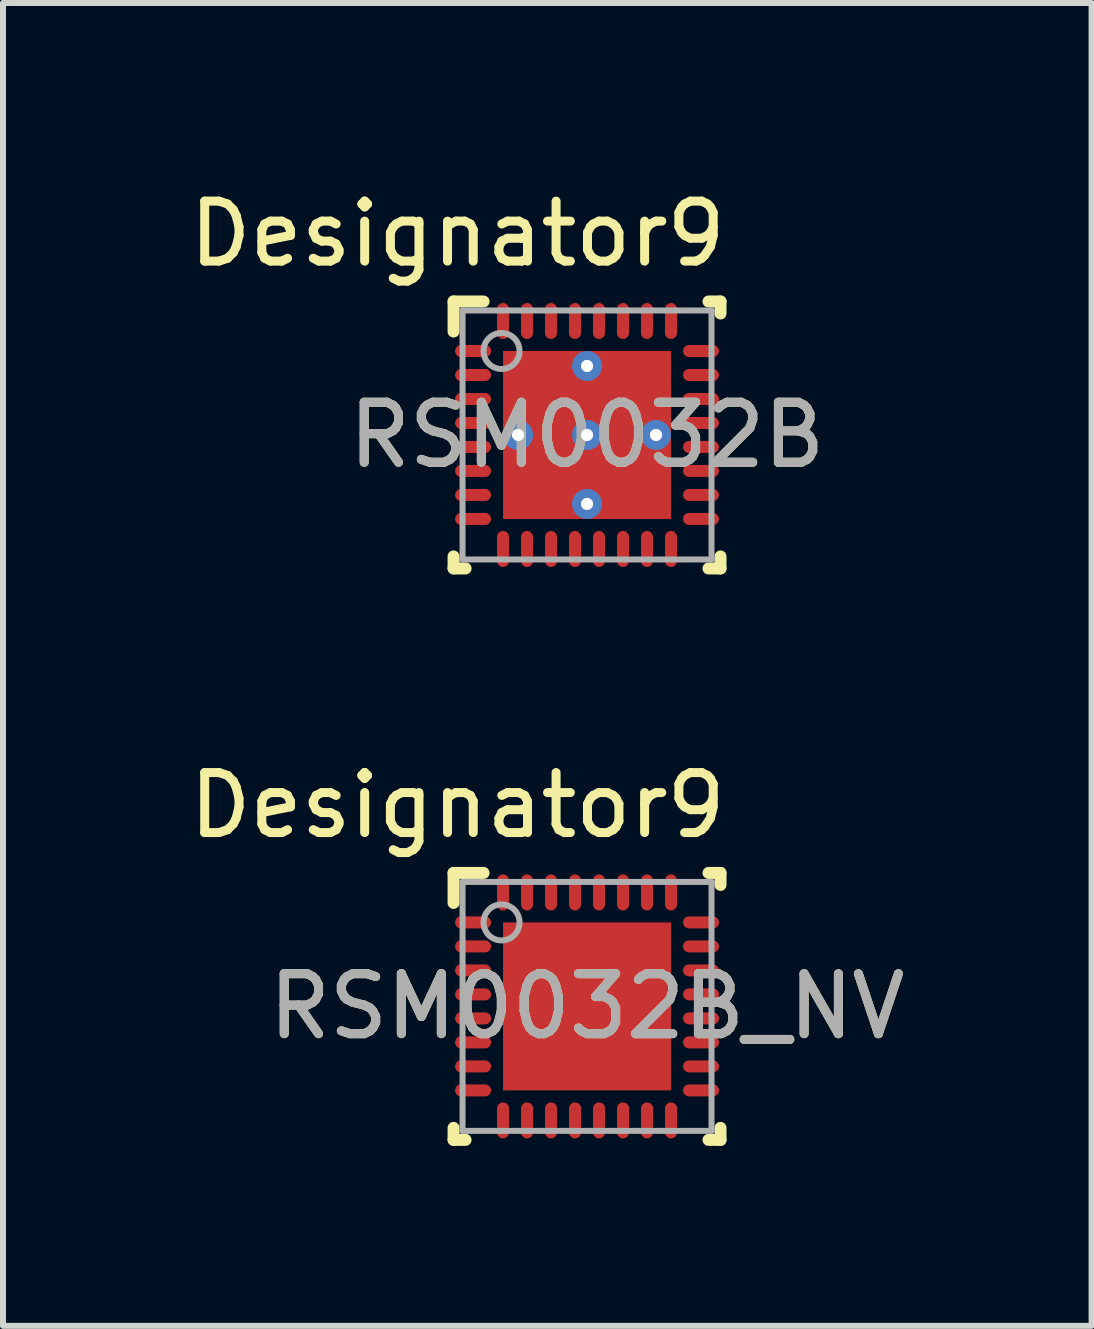
<source format=kicad_pcb>
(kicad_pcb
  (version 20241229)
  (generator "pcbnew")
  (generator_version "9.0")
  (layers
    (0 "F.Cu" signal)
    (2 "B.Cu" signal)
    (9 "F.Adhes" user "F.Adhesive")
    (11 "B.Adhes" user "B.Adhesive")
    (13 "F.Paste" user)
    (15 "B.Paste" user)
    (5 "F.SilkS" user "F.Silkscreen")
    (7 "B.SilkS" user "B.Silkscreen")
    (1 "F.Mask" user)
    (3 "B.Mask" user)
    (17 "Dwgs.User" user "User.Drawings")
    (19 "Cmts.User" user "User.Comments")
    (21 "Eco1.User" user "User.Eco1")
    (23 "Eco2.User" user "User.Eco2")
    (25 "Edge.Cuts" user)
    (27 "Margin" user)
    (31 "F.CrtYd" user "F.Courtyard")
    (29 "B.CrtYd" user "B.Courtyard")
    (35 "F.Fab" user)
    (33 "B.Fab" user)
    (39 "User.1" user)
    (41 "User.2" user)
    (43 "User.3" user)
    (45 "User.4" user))
  (footprint "RSM0032B"
    (layer "F.Cu")
    (at 6.736 4.201)
    (property "Reference" "RSM0032B" (at 0 0 0) (unlocked yes) (layer "F.SilkS") (effects (font (size 1 1) (thickness 0.15))))
    (attr smd)
    (fp_line (start -2.225 2.225) (end -2.225 2.025) (stroke (width 0.2) (type solid)) (layer "F.SilkS"))
    (fp_line (start -2.225 2.225) (end -2.025 2.225) (stroke (width 0.2) (type solid)) (layer "F.SilkS"))
    (fp_line (start -2.225 -2.225) (end -1.725 -2.225) (stroke (width 0.2) (type solid)) (layer "F.SilkS"))
    (fp_line (start -2.225 -1.725) (end -2.225 -2.225) (stroke (width 0.2) (type solid)) (layer "F.SilkS"))
    (fp_line (start 2.025 -2.225) (end 2.225 -2.225) (stroke (width 0.2) (type solid)) (layer "F.SilkS"))
    (fp_line (start 2.025 2.225) (end 2.225 2.225) (stroke (width 0.2) (type solid)) (layer "F.SilkS"))
    (fp_line (start 2.225 -2.025) (end 2.225 -2.225) (stroke (width 0.2) (type solid)) (layer "F.SilkS"))
    (fp_line (start 2.225 2.225) (end 2.225 2.025) (stroke (width 0.2) (type solid)) (layer "F.SilkS"))
    (fp_poly (pts (xy -0.1 -0.1) (xy -0.1 -1.329) (xy -1.329 -1.329) (xy -1.329 -0.1)) (stroke (width 0) (type solid)) (fill yes) (layer "F.Paste"))
    (fp_poly (pts (xy -0.1 1.329) (xy -0.1 0.1) (xy -1.329 0.1) (xy -1.329 1.329)) (stroke (width 0) (type solid)) (fill yes) (layer "F.Paste"))
    (fp_poly (pts (xy 1.329 -0.1) (xy 1.329 -1.329) (xy 0.1 -1.329) (xy 0.1 -0.1)) (stroke (width 0) (type solid)) (fill yes) (layer "F.Paste"))
    (fp_poly (pts (xy 1.329 1.329) (xy 1.329 0.1) (xy 0.1 0.1) (xy 0.1 1.329)) (stroke (width 0) (type solid)) (fill yes) (layer "F.Paste"))
    (fp_line (start -2.075 -2.075) (end 2.075 -2.075) (stroke (width 0.1) (type solid)) (layer "F.Fab"))
    (fp_line (start -2.075 2.075) (end -2.075 -2.075) (stroke (width 0.1) (type solid)) (layer "F.Fab"))
    (fp_line (start -2.075 2.075) (end 2.075 2.075) (stroke (width 0.1) (type solid)) (layer "F.Fab"))
    (fp_line (start 2.075 2.075) (end 2.075 -2.075) (stroke (width 0.1) (type solid)) (layer "F.Fab"))
    (fp_circle (center -1.425 -1.4) (end -1.125 -1.4) (stroke (width 0.1) (type solid)) (fill no) (layer "F.Fab"))
    (fp_text user "Designator9" (at -2.159 -3.353 0) (unlocked yes) (layer "F.SilkS") (effects (font (size 1 1) (thickness 0.15))))
    (fp_text user "${REFERENCE}" (at 0 0 0) (unlocked yes) (layer "F.Fab") (effects (font (size 1 1) (thickness 0.15))))
    (pad "1" smd oval (at -1.9 -1.4 90) (size 0.2 0.6) (layers "F.Cu" "F.Mask" "F.Paste"))
    (pad "2" smd oval (at -1.9 -1 90) (size 0.2 0.6) (layers "F.Cu" "F.Mask" "F.Paste"))
    (pad "3" smd oval (at -1.9 -0.6 90) (size 0.2 0.6) (layers "F.Cu" "F.Mask" "F.Paste"))
    (pad "4" smd oval (at -1.9 -0.2 90) (size 0.2 0.6) (layers "F.Cu" "F.Mask" "F.Paste"))
    (pad "5" smd oval (at -1.9 0.2 90) (size 0.2 0.6) (layers "F.Cu" "F.Mask" "F.Paste"))
    (pad "6" smd oval (at -1.9 0.6 90) (size 0.2 0.6) (layers "F.Cu" "F.Mask" "F.Paste"))
    (pad "7" smd oval (at -1.9 1 90) (size 0.2 0.6) (layers "F.Cu" "F.Mask" "F.Paste"))
    (pad "8" smd oval (at -1.9 1.4 90) (size 0.2 0.6) (layers "F.Cu" "F.Mask" "F.Paste"))
    (pad "9" smd oval (at -1.4 1.9) (size 0.2 0.6) (layers "F.Cu" "F.Mask" "F.Paste"))
    (pad "10" smd oval (at -1 1.9) (size 0.2 0.6) (layers "F.Cu" "F.Mask" "F.Paste"))
    (pad "11" smd oval (at -0.6 1.9) (size 0.2 0.6) (layers "F.Cu" "F.Mask" "F.Paste"))
    (pad "12" smd oval (at -0.2 1.9) (size 0.2 0.6) (layers "F.Cu" "F.Mask" "F.Paste"))
    (pad "13" smd oval (at 0.2 1.9) (size 0.2 0.6) (layers "F.Cu" "F.Mask" "F.Paste"))
    (pad "14" smd oval (at 0.6 1.9) (size 0.2 0.6) (layers "F.Cu" "F.Mask" "F.Paste"))
    (pad "15" smd oval (at 1 1.9) (size 0.2 0.6) (layers "F.Cu" "F.Mask" "F.Paste"))
    (pad "16" smd oval (at 1.4 1.9) (size 0.2 0.6) (layers "F.Cu" "F.Mask" "F.Paste"))
    (pad "17" smd oval (at 1.9 1.4 90) (size 0.2 0.6) (layers "F.Cu" "F.Mask" "F.Paste"))
    (pad "18" smd oval (at 1.9 1 90) (size 0.2 0.6) (layers "F.Cu" "F.Mask" "F.Paste"))
    (pad "19" smd oval (at 1.9 0.6 90) (size 0.2 0.6) (layers "F.Cu" "F.Mask" "F.Paste"))
    (pad "20" smd oval (at 1.9 0.2 90) (size 0.2 0.6) (layers "F.Cu" "F.Mask" "F.Paste"))
    (pad "21" smd oval (at 1.9 -0.2 90) (size 0.2 0.6) (layers "F.Cu" "F.Mask" "F.Paste"))
    (pad "22" smd oval (at 1.9 -0.6 90) (size 0.2 0.6) (layers "F.Cu" "F.Mask" "F.Paste"))
    (pad "23" smd oval (at 1.9 -1 90) (size 0.2 0.6) (layers "F.Cu" "F.Mask" "F.Paste"))
    (pad "24" smd oval (at 1.9 -1.4 90) (size 0.2 0.6) (layers "F.Cu" "F.Mask" "F.Paste"))
    (pad "25" smd oval (at 1.4 -1.9) (size 0.2 0.6) (layers "F.Cu" "F.Mask" "F.Paste"))
    (pad "26" smd oval (at 1 -1.9) (size 0.2 0.6) (layers "F.Cu" "F.Mask" "F.Paste"))
    (pad "27" smd oval (at 0.6 -1.9) (size 0.2 0.6) (layers "F.Cu" "F.Mask" "F.Paste"))
    (pad "28" smd oval (at 0.2 -1.9) (size 0.2 0.6) (layers "F.Cu" "F.Mask" "F.Paste"))
    (pad "29" smd oval (at -0.2 -1.9) (size 0.2 0.6) (layers "F.Cu" "F.Mask" "F.Paste"))
    (pad "30" smd oval (at -0.6 -1.9) (size 0.2 0.6) (layers "F.Cu" "F.Mask" "F.Paste"))
    (pad "31" smd oval (at -1 -1.9) (size 0.2 0.6) (layers "F.Cu" "F.Mask" "F.Paste"))
    (pad "32" smd oval (at -1.4 -1.9) (size 0.2 0.6) (layers "F.Cu" "F.Mask" "F.Paste"))
    (pad "33" smd rect (at 0.000003 0) (size 2.8 2.8) (layers "F.Cu" "F.Mask"))
    (pad "V" thru_hole circle (at -1.15 0) (size 0.5 0.5) (drill 0.203) (layers "*.Cu" "*.Mask"))
    (pad "V" thru_hole circle (at 0.000003 -1.15) (size 0.5 0.5) (drill 0.203) (layers "*.Cu" "*.Mask"))
    (pad "V" thru_hole circle (at 0.000003 0) (size 0.5 0.5) (drill 0.203) (layers "*.Cu" "*.Mask"))
    (pad "V" thru_hole circle (at 0.000003 1.15) (size 0.5 0.5) (drill 0.203) (layers "*.Cu" "*.Mask"))
    (pad "V" thru_hole circle (at 1.15 0) (size 0.5 0.5) (drill 0.203) (layers "*.Cu" "*.Mask")))
  (footprint "RSM0032B_NV"
    (layer "F.Cu")
    (at 6.736 13.727)
    (property "Reference" "RSM0032B_NV" (at 0 0 0) (unlocked yes) (layer "F.SilkS") (effects (font (size 1 1) (thickness 0.15))))
    (attr smd)
    (fp_line (start -2.225 2.225) (end -2.225 2.025) (stroke (width 0.2) (type solid)) (layer "F.SilkS"))
    (fp_line (start -2.225 2.225) (end -2.025 2.225) (stroke (width 0.2) (type solid)) (layer "F.SilkS"))
    (fp_line (start -2.225 -2.225) (end -1.725 -2.225) (stroke (width 0.2) (type solid)) (layer "F.SilkS"))
    (fp_line (start -2.225 -1.725) (end -2.225 -2.225) (stroke (width 0.2) (type solid)) (layer "F.SilkS"))
    (fp_line (start 2.025 -2.225) (end 2.225 -2.225) (stroke (width 0.2) (type solid)) (layer "F.SilkS"))
    (fp_line (start 2.025 2.225) (end 2.225 2.225) (stroke (width 0.2) (type solid)) (layer "F.SilkS"))
    (fp_line (start 2.225 -2.025) (end 2.225 -2.225) (stroke (width 0.2) (type solid)) (layer "F.SilkS"))
    (fp_line (start 2.225 2.225) (end 2.225 2.025) (stroke (width 0.2) (type solid)) (layer "F.SilkS"))
    (fp_poly (pts (xy -0.1 -0.1) (xy -0.1 -1.329) (xy -1.329 -1.329) (xy -1.329 -0.1)) (stroke (width 0) (type solid)) (fill yes) (layer "F.Paste"))
    (fp_poly (pts (xy -0.1 1.329) (xy -0.1 0.1) (xy -1.329 0.1) (xy -1.329 1.329)) (stroke (width 0) (type solid)) (fill yes) (layer "F.Paste"))
    (fp_poly (pts (xy 1.329 -0.1) (xy 1.329 -1.329) (xy 0.1 -1.329) (xy 0.1 -0.1)) (stroke (width 0) (type solid)) (fill yes) (layer "F.Paste"))
    (fp_poly (pts (xy 1.329 1.329) (xy 1.329 0.1) (xy 0.1 0.1) (xy 0.1 1.329)) (stroke (width 0) (type solid)) (fill yes) (layer "F.Paste"))
    (fp_line (start -2.075 -2.075) (end 2.075 -2.075) (stroke (width 0.1) (type solid)) (layer "F.Fab"))
    (fp_line (start -2.075 2.075) (end -2.075 -2.075) (stroke (width 0.1) (type solid)) (layer "F.Fab"))
    (fp_line (start -2.075 2.075) (end 2.075 2.075) (stroke (width 0.1) (type solid)) (layer "F.Fab"))
    (fp_line (start 2.075 2.075) (end 2.075 -2.075) (stroke (width 0.1) (type solid)) (layer "F.Fab"))
    (fp_circle (center -1.425 -1.4) (end -1.125 -1.4) (stroke (width 0.1) (type solid)) (fill no) (layer "F.Fab"))
    (fp_text user "Designator9" (at -2.159 -3.353 0) (unlocked yes) (layer "F.SilkS") (effects (font (size 1 1) (thickness 0.15))))
    (fp_text user "${REFERENCE}" (at 0 0 0) (unlocked yes) (layer "F.Fab") (effects (font (size 1 1) (thickness 0.15))))
    (pad "1" smd oval (at -1.9 -1.4 90) (size 0.2 0.6) (layers "F.Cu" "F.Mask" "F.Paste"))
    (pad "2" smd oval (at -1.9 -1 90) (size 0.2 0.6) (layers "F.Cu" "F.Mask" "F.Paste"))
    (pad "3" smd oval (at -1.9 -0.6 90) (size 0.2 0.6) (layers "F.Cu" "F.Mask" "F.Paste"))
    (pad "4" smd oval (at -1.9 -0.2 90) (size 0.2 0.6) (layers "F.Cu" "F.Mask" "F.Paste"))
    (pad "5" smd oval (at -1.9 0.2 90) (size 0.2 0.6) (layers "F.Cu" "F.Mask" "F.Paste"))
    (pad "6" smd oval (at -1.9 0.6 90) (size 0.2 0.6) (layers "F.Cu" "F.Mask" "F.Paste"))
    (pad "7" smd oval (at -1.9 1 90) (size 0.2 0.6) (layers "F.Cu" "F.Mask" "F.Paste"))
    (pad "8" smd oval (at -1.9 1.4 90) (size 0.2 0.6) (layers "F.Cu" "F.Mask" "F.Paste"))
    (pad "9" smd oval (at -1.4 1.9) (size 0.2 0.6) (layers "F.Cu" "F.Mask" "F.Paste"))
    (pad "10" smd oval (at -1 1.9) (size 0.2 0.6) (layers "F.Cu" "F.Mask" "F.Paste"))
    (pad "11" smd oval (at -0.6 1.9) (size 0.2 0.6) (layers "F.Cu" "F.Mask" "F.Paste"))
    (pad "12" smd oval (at -0.2 1.9) (size 0.2 0.6) (layers "F.Cu" "F.Mask" "F.Paste"))
    (pad "13" smd oval (at 0.2 1.9) (size 0.2 0.6) (layers "F.Cu" "F.Mask" "F.Paste"))
    (pad "14" smd oval (at 0.6 1.9) (size 0.2 0.6) (layers "F.Cu" "F.Mask" "F.Paste"))
    (pad "15" smd oval (at 1 1.9) (size 0.2 0.6) (layers "F.Cu" "F.Mask" "F.Paste"))
    (pad "16" smd oval (at 1.4 1.9) (size 0.2 0.6) (layers "F.Cu" "F.Mask" "F.Paste"))
    (pad "17" smd oval (at 1.9 1.4 90) (size 0.2 0.6) (layers "F.Cu" "F.Mask" "F.Paste"))
    (pad "18" smd oval (at 1.9 1 90) (size 0.2 0.6) (layers "F.Cu" "F.Mask" "F.Paste"))
    (pad "19" smd oval (at 1.9 0.6 90) (size 0.2 0.6) (layers "F.Cu" "F.Mask" "F.Paste"))
    (pad "20" smd oval (at 1.9 0.2 90) (size 0.2 0.6) (layers "F.Cu" "F.Mask" "F.Paste"))
    (pad "21" smd oval (at 1.9 -0.2 90) (size 0.2 0.6) (layers "F.Cu" "F.Mask" "F.Paste"))
    (pad "22" smd oval (at 1.9 -0.6 90) (size 0.2 0.6) (layers "F.Cu" "F.Mask" "F.Paste"))
    (pad "23" smd oval (at 1.9 -1 90) (size 0.2 0.6) (layers "F.Cu" "F.Mask" "F.Paste"))
    (pad "24" smd oval (at 1.9 -1.4 90) (size 0.2 0.6) (layers "F.Cu" "F.Mask" "F.Paste"))
    (pad "25" smd oval (at 1.4 -1.9) (size 0.2 0.6) (layers "F.Cu" "F.Mask" "F.Paste"))
    (pad "26" smd oval (at 1 -1.9) (size 0.2 0.6) (layers "F.Cu" "F.Mask" "F.Paste"))
    (pad "27" smd oval (at 0.6 -1.9) (size 0.2 0.6) (layers "F.Cu" "F.Mask" "F.Paste"))
    (pad "28" smd oval (at 0.2 -1.9) (size 0.2 0.6) (layers "F.Cu" "F.Mask" "F.Paste"))
    (pad "29" smd oval (at -0.2 -1.9) (size 0.2 0.6) (layers "F.Cu" "F.Mask" "F.Paste"))
    (pad "30" smd oval (at -0.6 -1.9) (size 0.2 0.6) (layers "F.Cu" "F.Mask" "F.Paste"))
    (pad "31" smd oval (at -1 -1.9) (size 0.2 0.6) (layers "F.Cu" "F.Mask" "F.Paste"))
    (pad "32" smd oval (at -1.4 -1.9) (size 0.2 0.6) (layers "F.Cu" "F.Mask" "F.Paste"))
    (pad "33" smd rect (at 0.000003 0) (size 2.8 2.8) (layers "F.Cu" "F.Mask")))
  (gr_rect
    (start -3 -3)
    (end 15.147 19.052)
    (stroke (width 0.1) (type default))
    (fill no)
    (layer "Edge.Cuts")))
</source>
